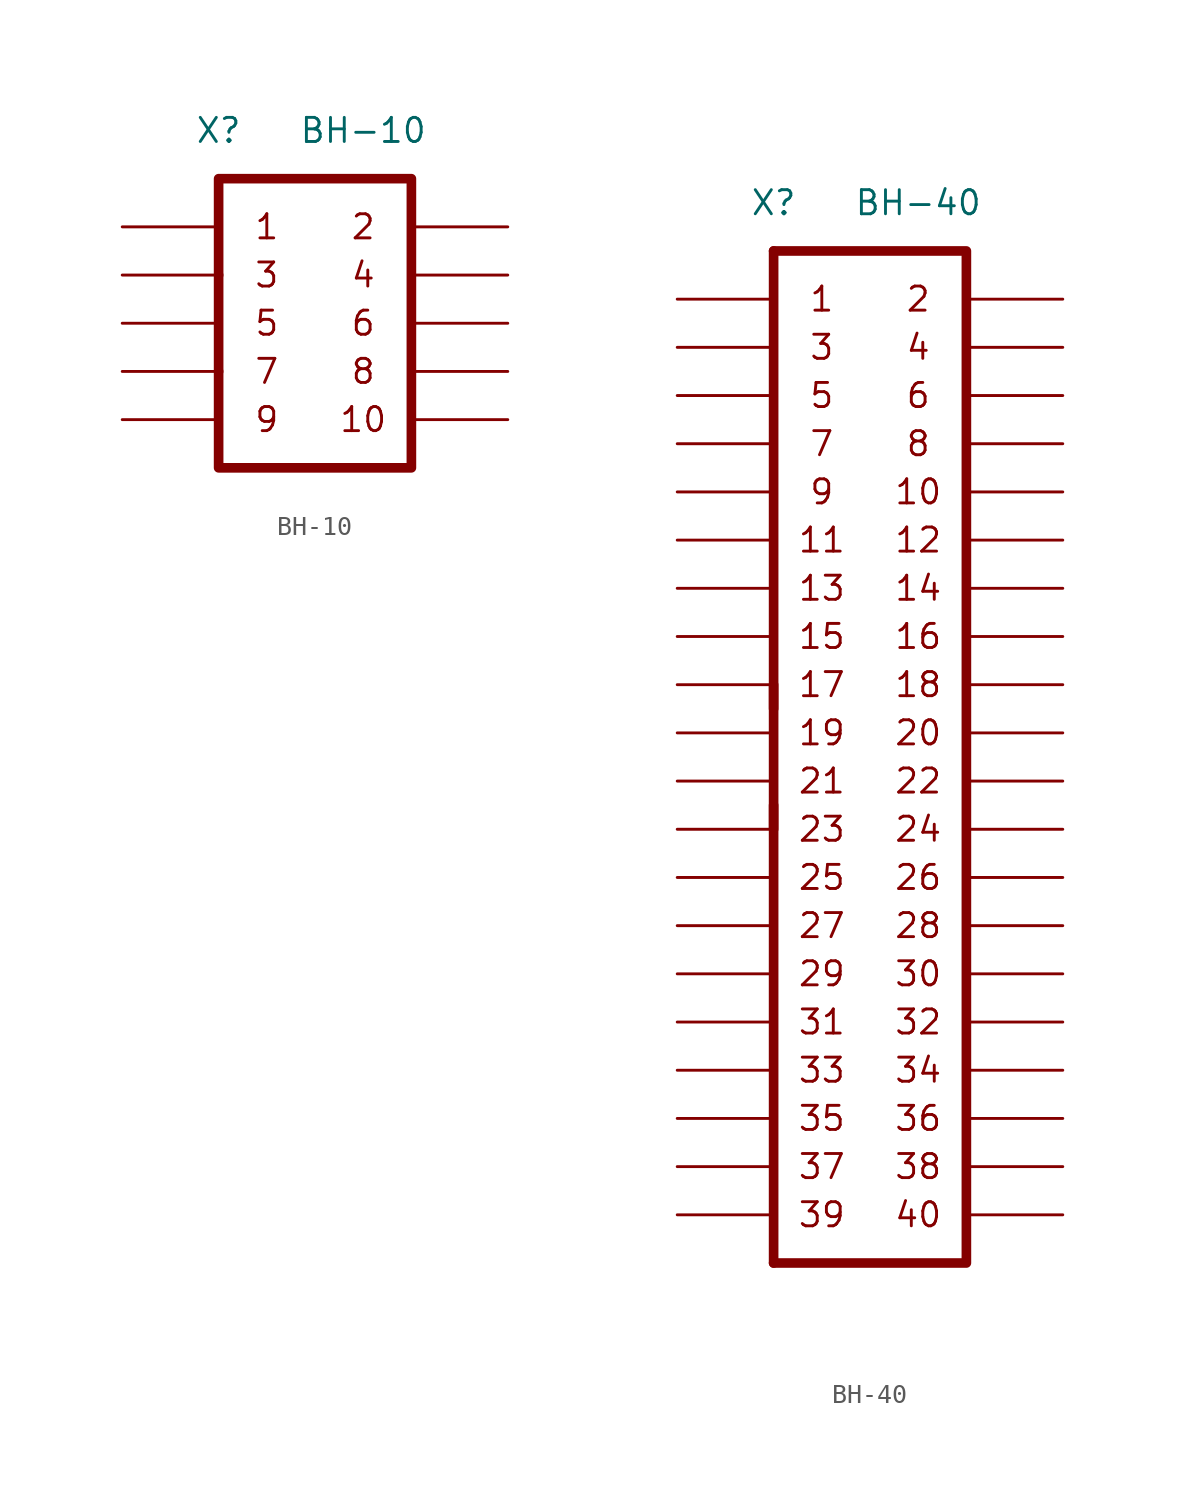
<source format=kicad_sym>
(kicad_symbol_lib
  (version 20211014)
  (generator kicad_symbol_editor)
  (symbol "BH-10"
    (pin_numbers hide)
    (pin_names
      (offset 0.025) hide)
    (property "Reference" "X"
      (at 5.08 5.08 0)
      (effects (font (size 1.27 1.27))))
    (property "Value" "BH-10"
      (at 12.7 5.08 0)
      (effects (font (size 1.27 1.27))))
    (symbol "BH-10_0_0"
      (polyline (pts (xy 5.08 -2.54) (xy 5.08 2.54) (xy 15.24 2.54) (xy 15.24 -12.7) (xy 5.08 -12.7) (xy 5.08 -7.62)) (stroke (width 0.508) (type default) (color 0 0 0 0)) (fill (type none)))
      (text "1" (at 7.62 0 0) (effects (font (size 1.27 1.27))))
      (text "10" (at 12.7 -10.16 0) (effects (font (size 1.27 1.27))))
      (text "2" (at 12.7 0 0) (effects (font (size 1.27 1.27))))
      (text "4" (at 12.7 -2.54 0) (effects (font (size 1.27 1.27))))
      (text "5" (at 7.62 -5.08 0) (effects (font (size 1.27 1.27))))
      (text "6" (at 12.7 -5.08 0) (effects (font (size 1.27 1.27))))
      (text "7" (at 7.62 -7.62 0) (effects (font (size 1.27 1.27))))
      (text "8" (at 12.7 -7.62 0) (effects (font (size 1.27 1.27))))
      (text "9" (at 7.62 -10.16 0) (effects (font (size 1.27 1.27)))))
    (symbol "BH-10_0_1"
      (polyline (pts (xy 5.08 -2.54) (xy 5.08 -7.62)) (stroke (width 0.508) (type default) (color 0 0 0 0)) (fill (type none))))
    (symbol "BH-10_1_0"
      (text "3" (at 7.62 -2.54 0) (effects (font (size 1.27 1.27)))))
    (symbol "BH-10_1_1"
      (pin passive line (at 0 0 0) (length 5.08) (name "1" (effects (font (size 1.27 1.27)))) (number "1" (effects (font (size 1.27 1.27)))))
      (pin passive line (at 20.32 -10.16 180) (length 5.08) (name "10" (effects (font (size 1.27 1.27)))) (number "10" (effects (font (size 1.27 1.27)))))
      (pin passive line (at 20.32 0 180) (length 5.08) (name "2" (effects (font (size 1.27 1.27)))) (number "2" (effects (font (size 1.27 1.27)))))
      (pin passive line (at 0 -2.54 0) (length 5.08) (name "3" (effects (font (size 1.27 1.27)))) (number "3" (effects (font (size 1.27 1.27)))))
      (pin passive line (at 20.32 -2.54 180) (length 5.08) (name "4" (effects (font (size 1.27 1.27)))) (number "4" (effects (font (size 1.27 1.27)))))
      (pin passive line (at 0 -5.08 0) (length 5.08) (name "5" (effects (font (size 1.27 1.27)))) (number "5" (effects (font (size 1.27 1.27)))))
      (pin passive line (at 20.32 -5.08 180) (length 5.08) (name "6" (effects (font (size 1.27 1.27)))) (number "6" (effects (font (size 1.27 1.27)))))
      (pin passive line (at 0 -7.62 0) (length 5.08) (name "7" (effects (font (size 1.27 1.27)))) (number "7" (effects (font (size 1.27 1.27)))))
      (pin passive line (at 20.32 -7.62 180) (length 5.08) (name "8" (effects (font (size 1.27 1.27)))) (number "8" (effects (font (size 1.27 1.27)))))
      (pin passive line (at 0 -10.16 0) (length 5.08) (name "9" (effects (font (size 1.27 1.27)))) (number "9" (effects (font (size 1.27 1.27)))))))
  (symbol "BH-40"
    (pin_numbers hide)
    (pin_names
      (offset 0.025) hide)
    (property "Reference" "X"
      (at 5.08 5.08 0)
      (effects (font (size 1.27 1.27))))
    (property "Value" "BH-40"
      (at 12.7 5.08 0)
      (effects (font (size 1.27 1.27))))
    (symbol "BH-40_0_0"
      (polyline (pts (xy 5.08 -50.8) (xy 5.08 -26.67)) (stroke (width 0.508) (type default) (color 0 0 0 0)) (fill (type none)))
      (polyline (pts (xy 5.08 -21.59) (xy 5.08 2.54)) (stroke (width 0.508) (type default) (color 0 0 0 0)) (fill (type none)))
      (polyline (pts (xy 5.08 2.54) (xy 15.24 2.54) (xy 15.24 -50.8) (xy 5.08 -50.8)) (stroke (width 0.508) (type default) (color 0 0 0 0)) (fill (type none)))
      (text "1" (at 7.62 0 0) (effects (font (size 1.27 1.27))))
      (text "10" (at 12.7 -10.16 0) (effects (font (size 1.27 1.27))))
      (text "11" (at 7.62 -12.7 0) (effects (font (size 1.27 1.27))))
      (text "12" (at 12.7 -12.7 0) (effects (font (size 1.27 1.27))))
      (text "13" (at 7.62 -15.24 0) (effects (font (size 1.27 1.27))))
      (text "14" (at 12.7 -15.24 0) (effects (font (size 1.27 1.27))))
      (text "15" (at 7.62 -17.78 0) (effects (font (size 1.27 1.27))))
      (text "16" (at 12.7 -17.78 0) (effects (font (size 1.27 1.27))))
      (text "17" (at 7.62 -20.32 0) (effects (font (size 1.27 1.27))))
      (text "18" (at 12.7 -20.32 0) (effects (font (size 1.27 1.27))))
      (text "19" (at 7.62 -22.86 0) (effects (font (size 1.27 1.27))))
      (text "2" (at 12.7 0 0) (effects (font (size 1.27 1.27))))
      (text "20" (at 12.7 -22.86 0) (effects (font (size 1.27 1.27))))
      (text "21" (at 7.62 -25.4 0) (effects (font (size 1.27 1.27))))
      (text "22" (at 12.7 -25.4 0) (effects (font (size 1.27 1.27))))
      (text "23" (at 7.62 -27.94 0) (effects (font (size 1.27 1.27))))
      (text "24" (at 12.7 -27.94 0) (effects (font (size 1.27 1.27))))
      (text "25" (at 7.62 -30.48 0) (effects (font (size 1.27 1.27))))
      (text "26" (at 12.7 -30.48 0) (effects (font (size 1.27 1.27))))
      (text "27" (at 7.62 -33.02 0) (effects (font (size 1.27 1.27))))
      (text "28" (at 12.7 -33.02 0) (effects (font (size 1.27 1.27))))
      (text "29" (at 7.62 -35.56 0) (effects (font (size 1.27 1.27))))
      (text "30" (at 12.7 -35.56 0) (effects (font (size 1.27 1.27))))
      (text "31" (at 7.62 -38.1 0) (effects (font (size 1.27 1.27))))
      (text "32" (at 12.7 -38.1 0) (effects (font (size 1.27 1.27))))
      (text "33" (at 7.62 -40.64 0) (effects (font (size 1.27 1.27))))
      (text "34" (at 12.7 -40.64 0) (effects (font (size 1.27 1.27))))
      (text "35" (at 7.62 -43.18 0) (effects (font (size 1.27 1.27))))
      (text "36" (at 12.7 -43.18 0) (effects (font (size 1.27 1.27))))
      (text "37" (at 7.62 -45.72 0) (effects (font (size 1.27 1.27))))
      (text "38" (at 12.7 -45.72 0) (effects (font (size 1.27 1.27))))
      (text "39" (at 7.62 -48.26 0) (effects (font (size 1.27 1.27))))
      (text "4" (at 12.7 -2.54 0) (effects (font (size 1.27 1.27))))
      (text "40" (at 12.7 -48.26 0) (effects (font (size 1.27 1.27))))
      (text "5" (at 7.62 -5.08 0) (effects (font (size 1.27 1.27))))
      (text "6" (at 12.7 -5.08 0) (effects (font (size 1.27 1.27))))
      (text "7" (at 7.62 -7.62 0) (effects (font (size 1.27 1.27))))
      (text "8" (at 12.7 -7.62 0) (effects (font (size 1.27 1.27))))
      (text "9" (at 7.62 -10.16 0) (effects (font (size 1.27 1.27)))))
    (symbol "BH-40_0_1"
      (polyline (pts (xy 5.08 -20.32) (xy 5.08 -27.94)) (stroke (width 0.508) (type default) (color 0 0 0 0)) (fill (type none))))
    (symbol "BH-40_1_0"
      (text "3" (at 7.62 -2.54 0) (effects (font (size 1.27 1.27)))))
    (symbol "BH-40_1_1"
      (pin passive line (at 0 0 0) (length 5.08) (name "1" (effects (font (size 1.27 1.27)))) (number "1" (effects (font (size 1.27 1.27)))))
      (pin passive line (at 20.32 -10.16 180) (length 5.08) (name "10" (effects (font (size 1.27 1.27)))) (number "10" (effects (font (size 1.27 1.27)))))
      (pin passive line (at 0 -12.7 0) (length 5.08) (name "11" (effects (font (size 1.27 1.27)))) (number "11" (effects (font (size 1.27 1.27)))))
      (pin passive line (at 20.32 -12.7 180) (length 5.08) (name "12" (effects (font (size 1.27 1.27)))) (number "12" (effects (font (size 1.27 1.27)))))
      (pin passive line (at 0 -15.24 0) (length 5.08) (name "13" (effects (font (size 1.27 1.27)))) (number "13" (effects (font (size 1.27 1.27)))))
      (pin passive line (at 20.32 -15.24 180) (length 5.08) (name "14" (effects (font (size 1.27 1.27)))) (number "14" (effects (font (size 1.27 1.27)))))
      (pin passive line (at 0 -17.78 0) (length 5.08) (name "15" (effects (font (size 1.27 1.27)))) (number "15" (effects (font (size 1.27 1.27)))))
      (pin passive line (at 20.32 -17.78 180) (length 5.08) (name "16" (effects (font (size 1.27 1.27)))) (number "16" (effects (font (size 1.27 1.27)))))
      (pin passive line (at 0 -20.32 0) (length 5.08) (name "17" (effects (font (size 1.27 1.27)))) (number "17" (effects (font (size 1.27 1.27)))))
      (pin passive line (at 20.32 -20.32 180) (length 5.08) (name "18" (effects (font (size 1.27 1.27)))) (number "18" (effects (font (size 1.27 1.27)))))
      (pin passive line (at 0 -22.86 0) (length 5.08) (name "19" (effects (font (size 1.27 1.27)))) (number "19" (effects (font (size 1.27 1.27)))))
      (pin passive line (at 20.32 0 180) (length 5.08) (name "2" (effects (font (size 1.27 1.27)))) (number "2" (effects (font (size 1.27 1.27)))))
      (pin passive line (at 20.32 -22.86 180) (length 5.08) (name "20" (effects (font (size 1.27 1.27)))) (number "20" (effects (font (size 1.27 1.27)))))
      (pin passive line (at 0 -25.4 0) (length 5.08) (name "21" (effects (font (size 1.27 1.27)))) (number "21" (effects (font (size 1.27 1.27)))))
      (pin passive line (at 20.32 -25.4 180) (length 5.08) (name "22" (effects (font (size 1.27 1.27)))) (number "22" (effects (font (size 1.27 1.27)))))
      (pin passive line (at 0 -27.94 0) (length 5.08) (name "23" (effects (font (size 1.27 1.27)))) (number "23" (effects (font (size 1.27 1.27)))))
      (pin passive line (at 20.32 -27.94 180) (length 5.08) (name "24" (effects (font (size 1.27 1.27)))) (number "24" (effects (font (size 1.27 1.27)))))
      (pin passive line (at 0 -30.48 0) (length 5.08) (name "25" (effects (font (size 1.27 1.27)))) (number "25" (effects (font (size 1.27 1.27)))))
      (pin passive line (at 20.32 -30.48 180) (length 5.08) (name "26" (effects (font (size 1.27 1.27)))) (number "26" (effects (font (size 1.27 1.27)))))
      (pin passive line (at 0 -33.02 0) (length 5.08) (name "27" (effects (font (size 1.27 1.27)))) (number "27" (effects (font (size 1.27 1.27)))))
      (pin passive line (at 20.32 -33.02 180) (length 5.08) (name "28" (effects (font (size 1.27 1.27)))) (number "28" (effects (font (size 1.27 1.27)))))
      (pin passive line (at 0 -35.56 0) (length 5.08) (name "29" (effects (font (size 1.27 1.27)))) (number "29" (effects (font (size 1.27 1.27)))))
      (pin passive line (at 0 -2.54 0) (length 5.08) (name "3" (effects (font (size 1.27 1.27)))) (number "3" (effects (font (size 1.27 1.27)))))
      (pin passive line (at 20.32 -35.56 180) (length 5.08) (name "30" (effects (font (size 1.27 1.27)))) (number "30" (effects (font (size 1.27 1.27)))))
      (pin passive line (at 0 -38.1 0) (length 5.08) (name "31" (effects (font (size 1.27 1.27)))) (number "31" (effects (font (size 1.27 1.27)))))
      (pin passive line (at 20.32 -38.1 180) (length 5.08) (name "32" (effects (font (size 1.27 1.27)))) (number "32" (effects (font (size 1.27 1.27)))))
      (pin passive line (at 0 -40.64 0) (length 5.08) (name "33" (effects (font (size 1.27 1.27)))) (number "33" (effects (font (size 1.27 1.27)))))
      (pin passive line (at 20.32 -40.64 180) (length 5.08) (name "34" (effects (font (size 1.27 1.27)))) (number "34" (effects (font (size 1.27 1.27)))))
      (pin passive line (at 0 -43.18 0) (length 5.08) (name "35" (effects (font (size 1.27 1.27)))) (number "35" (effects (font (size 1.27 1.27)))))
      (pin passive line (at 20.32 -43.18 180) (length 5.08) (name "36" (effects (font (size 1.27 1.27)))) (number "36" (effects (font (size 1.27 1.27)))))
      (pin passive line (at 0 -45.72 0) (length 5.08) (name "37" (effects (font (size 1.27 1.27)))) (number "37" (effects (font (size 1.27 1.27)))))
      (pin passive line (at 20.32 -45.72 180) (length 5.08) (name "38" (effects (font (size 1.27 1.27)))) (number "38" (effects (font (size 1.27 1.27)))))
      (pin passive line (at 0 -48.26 0) (length 5.08) (name "39" (effects (font (size 1.27 1.27)))) (number "39" (effects (font (size 1.27 1.27)))))
      (pin passive line (at 20.32 -2.54 180) (length 5.08) (name "4" (effects (font (size 1.27 1.27)))) (number "4" (effects (font (size 1.27 1.27)))))
      (pin passive line (at 20.32 -48.26 180) (length 5.08) (name "40" (effects (font (size 1.27 1.27)))) (number "40" (effects (font (size 1.27 1.27)))))
      (pin passive line (at 0 -5.08 0) (length 5.08) (name "5" (effects (font (size 1.27 1.27)))) (number "5" (effects (font (size 1.27 1.27)))))
      (pin passive line (at 20.32 -5.08 180) (length 5.08) (name "6" (effects (font (size 1.27 1.27)))) (number "6" (effects (font (size 1.27 1.27)))))
      (pin passive line (at 0 -7.62 0) (length 5.08) (name "7" (effects (font (size 1.27 1.27)))) (number "7" (effects (font (size 1.27 1.27)))))
      (pin passive line (at 20.32 -7.62 180) (length 5.08) (name "8" (effects (font (size 1.27 1.27)))) (number "8" (effects (font (size 1.27 1.27)))))
      (pin passive line (at 0 -10.16 0) (length 5.08) (name "9" (effects (font (size 1.27 1.27)))) (number "9" (effects (font (size 1.27 1.27))))))))
</source>
